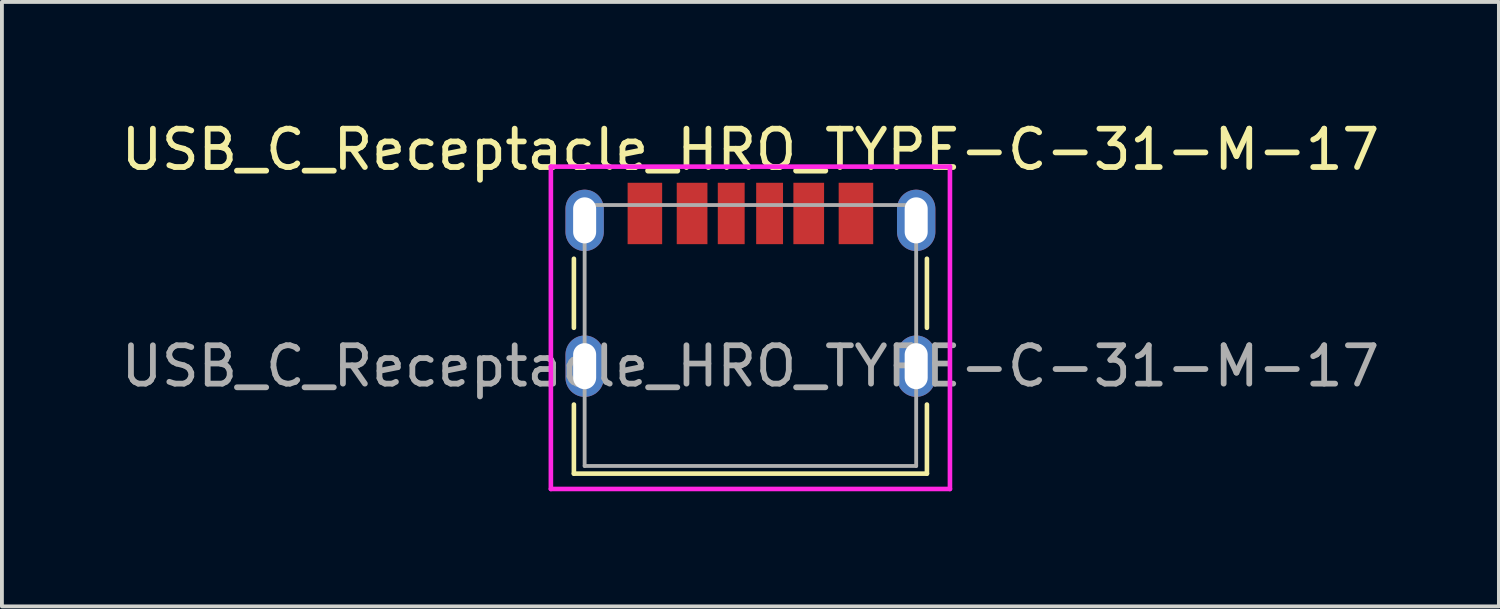
<source format=kicad_pcb>
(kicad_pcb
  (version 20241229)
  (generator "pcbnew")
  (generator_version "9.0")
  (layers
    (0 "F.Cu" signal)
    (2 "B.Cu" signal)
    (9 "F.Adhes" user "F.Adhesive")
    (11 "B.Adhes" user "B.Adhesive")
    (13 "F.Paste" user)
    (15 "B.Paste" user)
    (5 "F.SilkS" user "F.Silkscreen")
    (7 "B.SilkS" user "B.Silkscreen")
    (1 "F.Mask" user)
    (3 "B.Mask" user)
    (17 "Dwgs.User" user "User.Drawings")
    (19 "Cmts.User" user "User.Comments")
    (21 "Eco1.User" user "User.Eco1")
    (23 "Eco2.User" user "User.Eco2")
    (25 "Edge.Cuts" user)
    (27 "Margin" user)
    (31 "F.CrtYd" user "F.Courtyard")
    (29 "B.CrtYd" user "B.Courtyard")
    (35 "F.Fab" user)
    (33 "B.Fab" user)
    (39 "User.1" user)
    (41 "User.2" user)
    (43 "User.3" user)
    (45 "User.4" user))
  (footprint "USB_C_Receptacle_HRO_TYPE-C-31-M-17"
    (layer "F.Cu")
    (at 16.506 6.493)
    (property "Reference" "USB_C_Receptacle_HRO_TYPE-C-31-M-17" (at 0 -5.645 0) (layer "F.SilkS") (effects (font (size 1 1) (thickness 0.15))))
    (attr smd)
    (fp_line (start -4.6 -2.8) (end -4.6 -1) (stroke (width 0.12) (type solid)) (layer "F.SilkS"))
    (fp_line (start -4.6 1) (end -4.6 2.8) (stroke (width 0.12) (type solid)) (layer "F.SilkS"))
    (fp_line (start -4.6 2.8) (end 4.6 2.8) (stroke (width 0.12) (type solid)) (layer "F.SilkS"))
    (fp_line (start 4.6 -2.8) (end 4.6 -1) (stroke (width 0.12) (type solid)) (layer "F.SilkS"))
    (fp_line (start 4.6 2.8) (end 4.6 1) (stroke (width 0.12) (type solid)) (layer "F.SilkS"))
    (fp_line (start -5.2 -5.2) (end 5.2 -5.2) (stroke (width 0.12) (type solid)) (layer "F.CrtYd"))
    (fp_line (start -5.2 3.2) (end -5.2 -5.2) (stroke (width 0.12) (type solid)) (layer "F.CrtYd"))
    (fp_line (start 5.2 -5.2) (end 5.2 3.2) (stroke (width 0.12) (type solid)) (layer "F.CrtYd"))
    (fp_line (start 5.2 3.2) (end -5.2 3.2) (stroke (width 0.12) (type solid)) (layer "F.CrtYd"))
    (fp_line (start -4.32 -4.2) (end -4.32 2.6) (stroke (width 0.1) (type solid)) (layer "F.Fab"))
    (fp_line (start -4.32 -4.2) (end 4.32 -4.2) (stroke (width 0.1) (type solid)) (layer "F.Fab"))
    (fp_line (start -4.32 2.6) (end 4.32 2.6) (stroke (width 0.1) (type solid)) (layer "F.Fab"))
    (fp_line (start 4.32 -4.2) (end 4.32 2.6) (stroke (width 0.1) (type solid)) (layer "F.Fab"))
    (fp_text user "${REFERENCE}" (at 0 0 0) (layer "F.Fab") (effects (font (size 1 1) (thickness 0.15))))
    (pad "A5" smd rect (at -0.5 -3.98) (size 0.7 1.6) (layers "F.Cu" "F.Mask" "F.Paste"))
    (pad "A9" smd rect (at 1.52 -3.98) (size 0.8 1.6) (layers "F.Cu" "F.Mask" "F.Paste"))
    (pad "A12" smd rect (at 2.75 -3.98) (size 0.9 1.6) (layers "F.Cu" "F.Mask" "F.Paste"))
    (pad "B5" smd rect (at 0.5 -3.98) (size 0.7 1.6) (layers "F.Cu" "F.Mask" "F.Paste"))
    (pad "B9" smd rect (at -1.52 -3.98) (size 0.8 1.6) (layers "F.Cu" "F.Mask" "F.Paste"))
    (pad "B12" smd rect (at -2.75 -3.98) (size 0.9 1.6) (layers "F.Cu" "F.Mask" "F.Paste"))
    (pad "S1" thru_hole oval (at -4.32 -3.8) (size 1 1.6) (drill oval 0.6 1.2) (layers "*.Cu" "*.Mask"))
    (pad "S1" thru_hole oval (at -4.32 0) (size 1 1.6) (drill oval 0.6 1.2) (layers "*.Cu" "*.Mask"))
    (pad "S1" thru_hole oval (at 4.32 -3.8) (size 1 1.6) (drill oval 0.6 1.2) (layers "*.Cu" "*.Mask"))
    (pad "S1" thru_hole oval (at 4.32 0) (size 1 1.6) (drill oval 0.6 1.2) (layers "*.Cu" "*.Mask")))
  (gr_rect
    (start -3 -3)
    (end 36.012 12.753)
    (stroke (width 0.1) (type default))
    (fill no)
    (layer "Edge.Cuts")))
</source>
